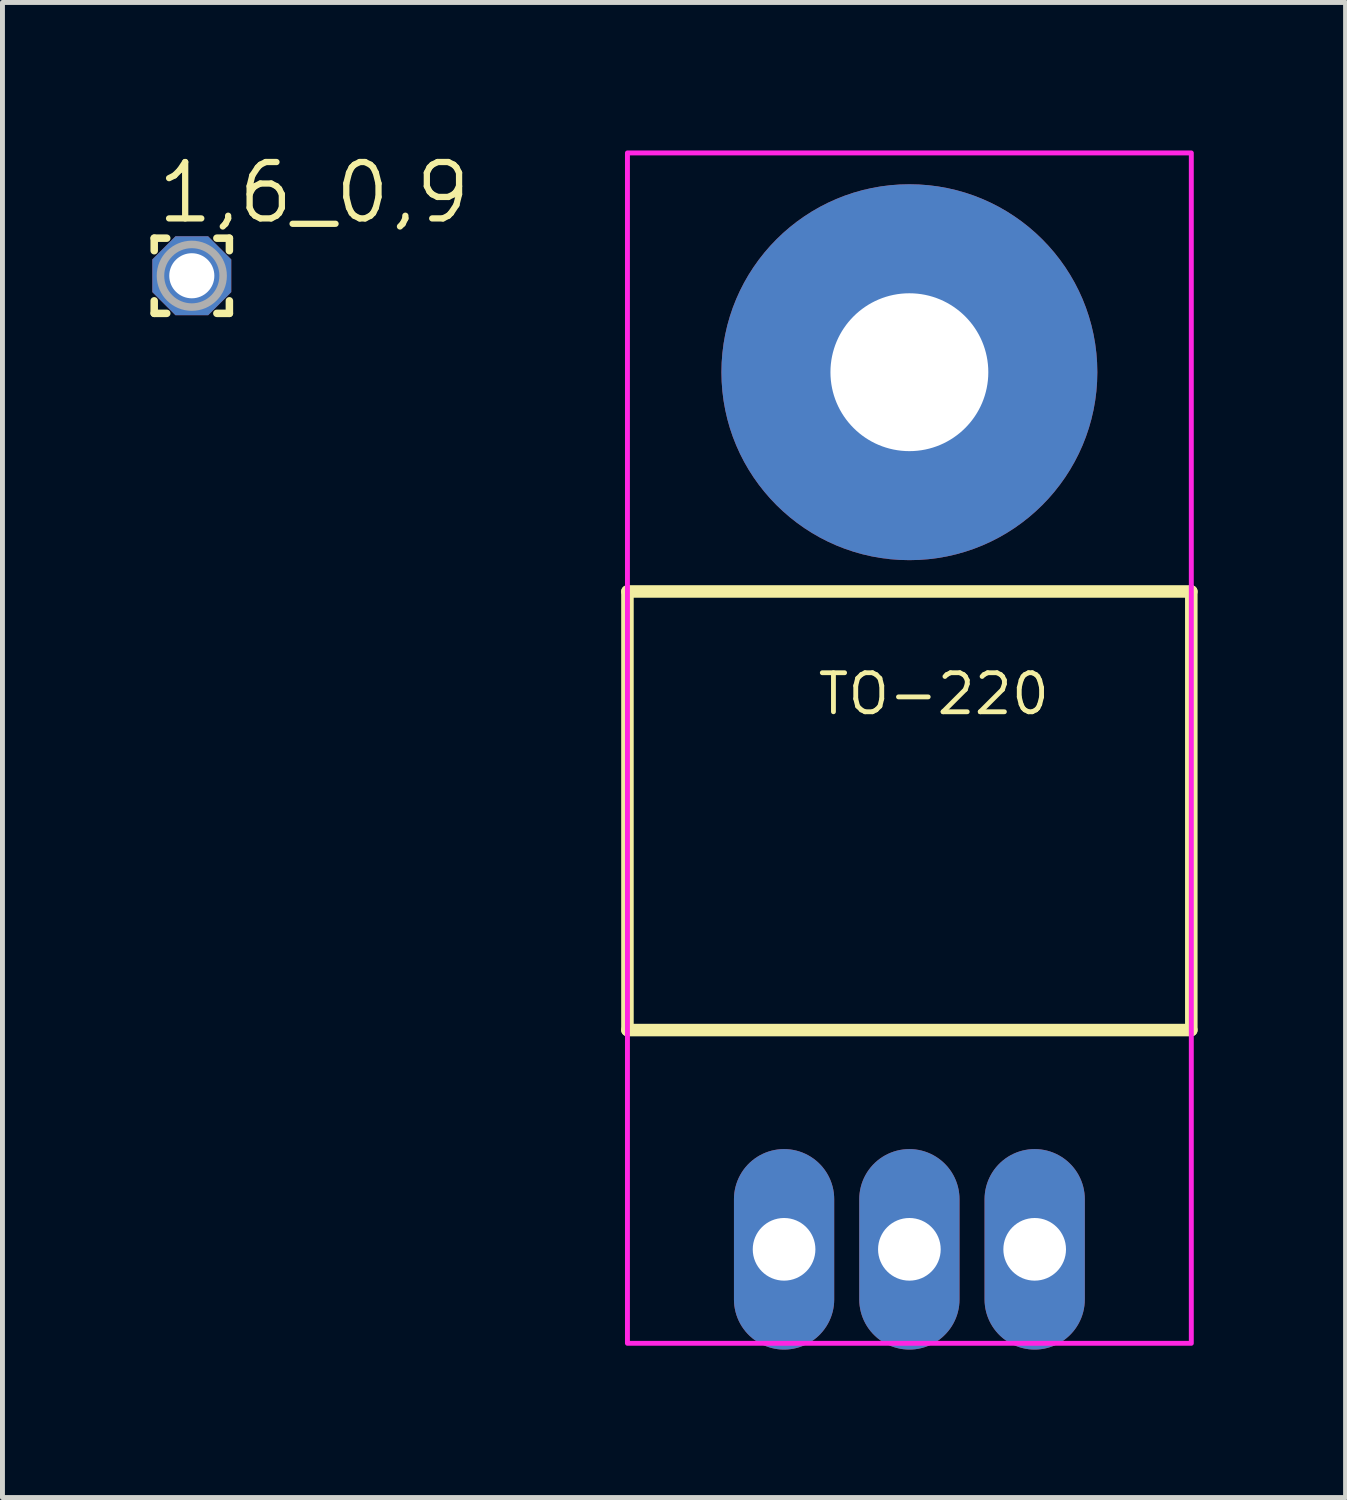
<source format=kicad_pcb>
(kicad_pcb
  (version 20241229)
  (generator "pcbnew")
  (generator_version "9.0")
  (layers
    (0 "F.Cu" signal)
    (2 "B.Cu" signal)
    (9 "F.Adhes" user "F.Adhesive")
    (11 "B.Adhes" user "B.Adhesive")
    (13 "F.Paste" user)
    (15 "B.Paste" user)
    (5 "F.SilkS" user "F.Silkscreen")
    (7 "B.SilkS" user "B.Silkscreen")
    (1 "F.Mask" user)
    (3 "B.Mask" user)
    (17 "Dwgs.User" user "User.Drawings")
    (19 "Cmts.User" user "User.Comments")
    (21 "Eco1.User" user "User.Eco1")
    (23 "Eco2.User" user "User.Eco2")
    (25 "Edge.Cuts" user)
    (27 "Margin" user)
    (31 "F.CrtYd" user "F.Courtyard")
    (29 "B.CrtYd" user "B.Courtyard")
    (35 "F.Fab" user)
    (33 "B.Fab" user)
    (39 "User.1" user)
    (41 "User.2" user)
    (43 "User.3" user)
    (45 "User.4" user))
  (footprint "TO-220"
    (layer "F.Cu")
    (at 15.384 10.845)
    (property "Reference" "TO-220" (at -1.905 0.635 0) (layer "F.SilkS") (effects (font (size 0.791 0.791) (thickness 0.098)) (justify left bottom)))
    (fp_line (start -5.715 -1.905) (end 5.715 -1.905) (stroke (width 0.254) (type solid)) (layer "F.SilkS"))
    (fp_line (start -5.715 6.985) (end -5.715 -1.905) (stroke (width 0.254) (type solid)) (layer "F.SilkS"))
    (fp_line (start 5.715 -1.905) (end 5.715 6.985) (stroke (width 0.254) (type solid)) (layer "F.SilkS"))
    (fp_line (start 5.715 6.985) (end -5.715 6.985) (stroke (width 0.254) (type solid)) (layer "F.SilkS"))
    (fp_poly (pts (xy -5.715 13.335) (xy 5.715 13.335) (xy 5.715 -10.795) (xy -5.715 -10.795)) (stroke (width 0.1) (type default)) (fill no) (layer "F.CrtYd"))
    (pad "1" thru_hole oval (at -2.54 11.43 90) (size 4.064 2.032) (drill 1.27) (layers "*.Cu" "*.Mask"))
    (pad "2" thru_hole oval (at 0 11.43 90) (size 4.064 2.032) (drill 1.27) (layers "*.Cu" "*.Mask"))
    (pad "3" thru_hole oval (at 2.54 11.43 90) (size 4.064 2.032) (drill 1.27) (layers "*.Cu" "*.Mask"))
    (pad "HEAT" thru_hole circle (at 0 -6.35) (size 7.62 7.62) (drill 3.2) (layers "*.Cu" "*.Mask")))
  (footprint "1,6_0,9"
    (layer "F.Cu")
    (at 0.838 2.54)
    (property "Reference" "1,6_0,9" (at -0.762 -1.016 0) (layer "F.SilkS") (effects (font (size 1.143 1.143) (thickness 0.127)) (justify left bottom)))
    (fp_line (start -0.762 -0.762) (end -0.762 -0.508) (stroke (width 0.152) (type solid)) (layer "F.SilkS"))
    (fp_line (start -0.762 0.508) (end -0.762 0.762) (stroke (width 0.152) (type solid)) (layer "F.SilkS"))
    (fp_line (start -0.762 0.762) (end -0.508 0.762) (stroke (width 0.152) (type solid)) (layer "F.SilkS"))
    (fp_line (start -0.508 -0.762) (end -0.762 -0.762) (stroke (width 0.152) (type solid)) (layer "F.SilkS"))
    (fp_line (start 0.508 0.762) (end 0.762 0.762) (stroke (width 0.152) (type solid)) (layer "F.SilkS"))
    (fp_line (start 0.762 -0.762) (end 0.508 -0.762) (stroke (width 0.152) (type solid)) (layer "F.SilkS"))
    (fp_line (start 0.762 -0.508) (end 0.762 -0.762) (stroke (width 0.152) (type solid)) (layer "F.SilkS"))
    (fp_line (start 0.762 0.762) (end 0.762 0.508) (stroke (width 0.152) (type solid)) (layer "F.SilkS"))
    (fp_circle (center 0 0) (end 0.635 0) (stroke (width 0.152) (type solid)) (fill no) (layer "F.Fab"))
    (pad "1" thru_hole roundrect (at 0 0) (size 1.6 1.6) (drill 0.914) (layers "*.Cu" "*.Mask") (roundrect_rratio 0.25) (chamfer_ratio 0.293) (chamfer top_left top_right bottom_left bottom_right)))
  (gr_rect
    (start -3 -3)
    (end 24.226 27.307)
    (stroke (width 0.1) (type default))
    (fill no)
    (layer "Edge.Cuts")))
</source>
